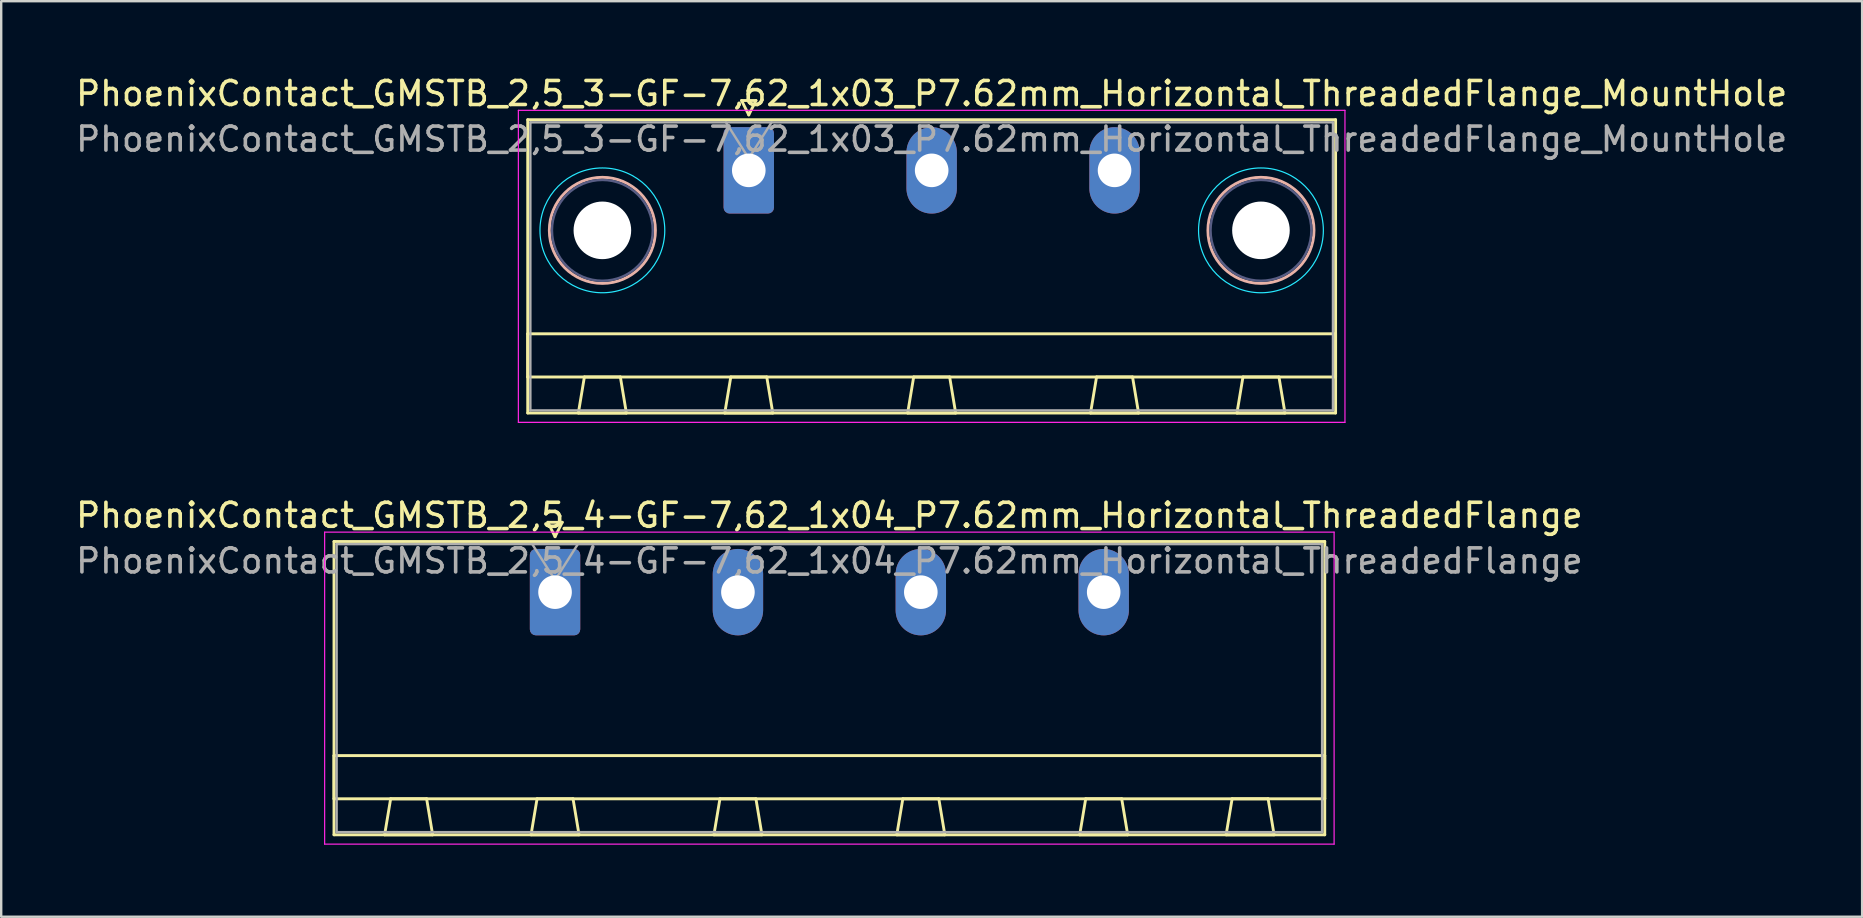
<source format=kicad_pcb>
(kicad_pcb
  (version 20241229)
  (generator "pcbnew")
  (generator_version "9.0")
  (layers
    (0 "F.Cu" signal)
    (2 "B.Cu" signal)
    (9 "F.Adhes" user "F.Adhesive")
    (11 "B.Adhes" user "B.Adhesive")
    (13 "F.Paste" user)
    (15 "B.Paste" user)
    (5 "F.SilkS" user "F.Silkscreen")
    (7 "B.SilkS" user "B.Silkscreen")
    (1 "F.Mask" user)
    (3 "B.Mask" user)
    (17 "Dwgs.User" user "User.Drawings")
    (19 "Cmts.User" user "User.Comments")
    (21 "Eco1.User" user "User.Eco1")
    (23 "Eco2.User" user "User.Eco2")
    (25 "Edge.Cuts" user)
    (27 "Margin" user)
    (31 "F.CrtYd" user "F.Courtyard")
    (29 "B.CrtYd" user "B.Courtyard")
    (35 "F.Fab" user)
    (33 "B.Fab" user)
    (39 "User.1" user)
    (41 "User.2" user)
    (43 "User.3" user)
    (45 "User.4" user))
  (footprint "PhoenixContact_GMSTB_2,5_4-GF-7,62_1x04_P7.62mm_Horizontal_ThreadedFlange"
    (layer "F.Cu")
    (at 20.076 21.622)
    (property "Reference" "PhoenixContact_GMSTB_2,5_4-GF-7,62_1x04_P7.62mm_Horizontal_ThreadedFlange" (at 11.43 -3.2 0) (layer "F.SilkS") (effects (font (size 1 1) (thickness 0.15))))
    (attr through_hole)
    (fp_line (start -9.21 -2.11) (end -9.21 10.11) (stroke (width 0.12) (type solid)) (layer "F.SilkS"))
    (fp_line (start -9.21 6.81) (end 32.07 6.81) (stroke (width 0.12) (type solid)) (layer "F.SilkS"))
    (fp_line (start -9.21 8.61) (end -9.21 6.81) (stroke (width 0.12) (type solid)) (layer "F.SilkS"))
    (fp_line (start -9.21 10.11) (end 32.07 10.11) (stroke (width 0.12) (type solid)) (layer "F.SilkS"))
    (fp_line (start -7.1 10.11) (end -5.1 10.11) (stroke (width 0.12) (type solid)) (layer "F.SilkS"))
    (fp_line (start -6.85 8.61) (end -7.1 10.11) (stroke (width 0.12) (type solid)) (layer "F.SilkS"))
    (fp_line (start -5.35 8.61) (end -6.85 8.61) (stroke (width 0.12) (type solid)) (layer "F.SilkS"))
    (fp_line (start -5.1 10.11) (end -5.35 8.61) (stroke (width 0.12) (type solid)) (layer "F.SilkS"))
    (fp_line (start -1 10.11) (end 1 10.11) (stroke (width 0.12) (type solid)) (layer "F.SilkS"))
    (fp_line (start -0.75 8.61) (end -1 10.11) (stroke (width 0.12) (type solid)) (layer "F.SilkS"))
    (fp_line (start -0.3 -2.91) (end 0.3 -2.91) (stroke (width 0.12) (type solid)) (layer "F.SilkS"))
    (fp_line (start 0 -2.31) (end -0.3 -2.91) (stroke (width 0.12) (type solid)) (layer "F.SilkS"))
    (fp_line (start 0.3 -2.91) (end 0 -2.31) (stroke (width 0.12) (type solid)) (layer "F.SilkS"))
    (fp_line (start 0.75 8.61) (end -0.75 8.61) (stroke (width 0.12) (type solid)) (layer "F.SilkS"))
    (fp_line (start 1 10.11) (end 0.75 8.61) (stroke (width 0.12) (type solid)) (layer "F.SilkS"))
    (fp_line (start 6.62 10.11) (end 8.62 10.11) (stroke (width 0.12) (type solid)) (layer "F.SilkS"))
    (fp_line (start 6.87 8.61) (end 6.62 10.11) (stroke (width 0.12) (type solid)) (layer "F.SilkS"))
    (fp_line (start 8.37 8.61) (end 6.87 8.61) (stroke (width 0.12) (type solid)) (layer "F.SilkS"))
    (fp_line (start 8.62 10.11) (end 8.37 8.61) (stroke (width 0.12) (type solid)) (layer "F.SilkS"))
    (fp_line (start 14.24 10.11) (end 16.24 10.11) (stroke (width 0.12) (type solid)) (layer "F.SilkS"))
    (fp_line (start 14.49 8.61) (end 14.24 10.11) (stroke (width 0.12) (type solid)) (layer "F.SilkS"))
    (fp_line (start 15.99 8.61) (end 14.49 8.61) (stroke (width 0.12) (type solid)) (layer "F.SilkS"))
    (fp_line (start 16.24 10.11) (end 15.99 8.61) (stroke (width 0.12) (type solid)) (layer "F.SilkS"))
    (fp_line (start 21.86 10.11) (end 23.86 10.11) (stroke (width 0.12) (type solid)) (layer "F.SilkS"))
    (fp_line (start 22.11 8.61) (end 21.86 10.11) (stroke (width 0.12) (type solid)) (layer "F.SilkS"))
    (fp_line (start 23.61 8.61) (end 22.11 8.61) (stroke (width 0.12) (type solid)) (layer "F.SilkS"))
    (fp_line (start 23.86 10.11) (end 23.61 8.61) (stroke (width 0.12) (type solid)) (layer "F.SilkS"))
    (fp_line (start 27.96 10.11) (end 29.96 10.11) (stroke (width 0.12) (type solid)) (layer "F.SilkS"))
    (fp_line (start 28.21 8.61) (end 27.96 10.11) (stroke (width 0.12) (type solid)) (layer "F.SilkS"))
    (fp_line (start 29.71 8.61) (end 28.21 8.61) (stroke (width 0.12) (type solid)) (layer "F.SilkS"))
    (fp_line (start 29.96 10.11) (end 29.71 8.61) (stroke (width 0.12) (type solid)) (layer "F.SilkS"))
    (fp_line (start 32.07 -2.11) (end -9.21 -2.11) (stroke (width 0.12) (type solid)) (layer "F.SilkS"))
    (fp_line (start 32.07 6.81) (end 32.07 8.61) (stroke (width 0.12) (type solid)) (layer "F.SilkS"))
    (fp_line (start 32.07 8.61) (end -9.21 8.61) (stroke (width 0.12) (type solid)) (layer "F.SilkS"))
    (fp_line (start 32.07 10.11) (end 32.07 -2.11) (stroke (width 0.12) (type solid)) (layer "F.SilkS"))
    (fp_line (start -9.6 -2.5) (end -9.6 10.5) (stroke (width 0.05) (type solid)) (layer "F.CrtYd"))
    (fp_line (start -9.6 10.5) (end 32.46 10.5) (stroke (width 0.05) (type solid)) (layer "F.CrtYd"))
    (fp_line (start 32.46 -2.5) (end -9.6 -2.5) (stroke (width 0.05) (type solid)) (layer "F.CrtYd"))
    (fp_line (start 32.46 10.5) (end 32.46 -2.5) (stroke (width 0.05) (type solid)) (layer "F.CrtYd"))
    (fp_line (start -9.1 -2) (end -9.1 10) (stroke (width 0.1) (type solid)) (layer "F.Fab"))
    (fp_line (start -9.1 10) (end 31.96 10) (stroke (width 0.1) (type solid)) (layer "F.Fab"))
    (fp_line (start 0 -0.5) (end -0.95 -2) (stroke (width 0.1) (type solid)) (layer "F.Fab"))
    (fp_line (start 0.95 -2) (end 0 -0.5) (stroke (width 0.1) (type solid)) (layer "F.Fab"))
    (fp_line (start 31.96 -2) (end -9.1 -2) (stroke (width 0.1) (type solid)) (layer "F.Fab"))
    (fp_line (start 31.96 10) (end 31.96 -2) (stroke (width 0.1) (type solid)) (layer "F.Fab"))
    (fp_text user "${REFERENCE}" (at 11.43 -1.3 0) (layer "F.Fab") (effects (font (size 1 1) (thickness 0.15))))
    (pad "1" thru_hole roundrect (at 0 0) (size 2.1 3.6) (drill 1.4) (layers "*.Cu" "*.Mask") (roundrect_rratio 0.119))
    (pad "2" thru_hole oval (at 7.62 0) (size 2.1 3.6) (drill 1.4) (layers "*.Cu" "*.Mask"))
    (pad "3" thru_hole oval (at 15.24 0) (size 2.1 3.6) (drill 1.4) (layers "*.Cu" "*.Mask"))
    (pad "4" thru_hole oval (at 22.86 0) (size 2.1 3.6) (drill 1.4) (layers "*.Cu" "*.Mask")))
  (footprint "PhoenixContact_GMSTB_2,5_3-GF-7,62_1x03_P7.62mm_Horizontal_ThreadedFlange_MountHole"
    (layer "F.Cu")
    (at 28.148 4.048)
    (property "Reference" "PhoenixContact_GMSTB_2,5_3-GF-7,62_1x03_P7.62mm_Horizontal_ThreadedFlange_MountHole" (at 7.62 -3.2 0) (layer "F.SilkS") (effects (font (size 1 1) (thickness 0.15))))
    (attr through_hole)
    (fp_line (start -9.21 -2.11) (end -9.21 10.11) (stroke (width 0.12) (type solid)) (layer "F.SilkS"))
    (fp_line (start -9.21 6.81) (end 24.45 6.81) (stroke (width 0.12) (type solid)) (layer "F.SilkS"))
    (fp_line (start -9.21 8.61) (end -9.21 6.81) (stroke (width 0.12) (type solid)) (layer "F.SilkS"))
    (fp_line (start -9.21 10.11) (end 24.45 10.11) (stroke (width 0.12) (type solid)) (layer "F.SilkS"))
    (fp_line (start -7.1 10.11) (end -5.1 10.11) (stroke (width 0.12) (type solid)) (layer "F.SilkS"))
    (fp_line (start -6.85 8.61) (end -7.1 10.11) (stroke (width 0.12) (type solid)) (layer "F.SilkS"))
    (fp_line (start -5.35 8.61) (end -6.85 8.61) (stroke (width 0.12) (type solid)) (layer "F.SilkS"))
    (fp_line (start -5.1 10.11) (end -5.35 8.61) (stroke (width 0.12) (type solid)) (layer "F.SilkS"))
    (fp_line (start -1 10.11) (end 1 10.11) (stroke (width 0.12) (type solid)) (layer "F.SilkS"))
    (fp_line (start -0.75 8.61) (end -1 10.11) (stroke (width 0.12) (type solid)) (layer "F.SilkS"))
    (fp_line (start -0.3 -2.91) (end 0.3 -2.91) (stroke (width 0.12) (type solid)) (layer "F.SilkS"))
    (fp_line (start 0 -2.31) (end -0.3 -2.91) (stroke (width 0.12) (type solid)) (layer "F.SilkS"))
    (fp_line (start 0.3 -2.91) (end 0 -2.31) (stroke (width 0.12) (type solid)) (layer "F.SilkS"))
    (fp_line (start 0.75 8.61) (end -0.75 8.61) (stroke (width 0.12) (type solid)) (layer "F.SilkS"))
    (fp_line (start 1 10.11) (end 0.75 8.61) (stroke (width 0.12) (type solid)) (layer "F.SilkS"))
    (fp_line (start 6.62 10.11) (end 8.62 10.11) (stroke (width 0.12) (type solid)) (layer "F.SilkS"))
    (fp_line (start 6.87 8.61) (end 6.62 10.11) (stroke (width 0.12) (type solid)) (layer "F.SilkS"))
    (fp_line (start 8.37 8.61) (end 6.87 8.61) (stroke (width 0.12) (type solid)) (layer "F.SilkS"))
    (fp_line (start 8.62 10.11) (end 8.37 8.61) (stroke (width 0.12) (type solid)) (layer "F.SilkS"))
    (fp_line (start 14.24 10.11) (end 16.24 10.11) (stroke (width 0.12) (type solid)) (layer "F.SilkS"))
    (fp_line (start 14.49 8.61) (end 14.24 10.11) (stroke (width 0.12) (type solid)) (layer "F.SilkS"))
    (fp_line (start 15.99 8.61) (end 14.49 8.61) (stroke (width 0.12) (type solid)) (layer "F.SilkS"))
    (fp_line (start 16.24 10.11) (end 15.99 8.61) (stroke (width 0.12) (type solid)) (layer "F.SilkS"))
    (fp_line (start 20.34 10.11) (end 22.34 10.11) (stroke (width 0.12) (type solid)) (layer "F.SilkS"))
    (fp_line (start 20.59 8.61) (end 20.34 10.11) (stroke (width 0.12) (type solid)) (layer "F.SilkS"))
    (fp_line (start 22.09 8.61) (end 20.59 8.61) (stroke (width 0.12) (type solid)) (layer "F.SilkS"))
    (fp_line (start 22.34 10.11) (end 22.09 8.61) (stroke (width 0.12) (type solid)) (layer "F.SilkS"))
    (fp_line (start 24.45 -2.11) (end -9.21 -2.11) (stroke (width 0.12) (type solid)) (layer "F.SilkS"))
    (fp_line (start 24.45 6.81) (end 24.45 8.61) (stroke (width 0.12) (type solid)) (layer "F.SilkS"))
    (fp_line (start 24.45 8.61) (end -9.21 8.61) (stroke (width 0.12) (type solid)) (layer "F.SilkS"))
    (fp_line (start 24.45 10.11) (end 24.45 -2.11) (stroke (width 0.12) (type solid)) (layer "F.SilkS"))
    (fp_circle (center -6.1 2.5) (end -3.89 2.5) (stroke (width 0.12) (type solid)) (fill no) (layer "B.SilkS"))
    (fp_circle (center 21.34 2.5) (end 23.55 2.5) (stroke (width 0.12) (type solid)) (fill no) (layer "B.SilkS"))
    (fp_circle (center -6.1 2.5) (end -3.5 2.5) (stroke (width 0.05) (type solid)) (fill no) (layer "B.CrtYd"))
    (fp_circle (center 21.34 2.5) (end 23.94 2.5) (stroke (width 0.05) (type solid)) (fill no) (layer "B.CrtYd"))
    (fp_line (start -9.6 -2.5) (end -9.6 10.5) (stroke (width 0.05) (type solid)) (layer "F.CrtYd"))
    (fp_line (start -9.6 10.5) (end 24.84 10.5) (stroke (width 0.05) (type solid)) (layer "F.CrtYd"))
    (fp_line (start 24.84 -2.5) (end -9.6 -2.5) (stroke (width 0.05) (type solid)) (layer "F.CrtYd"))
    (fp_line (start 24.84 10.5) (end 24.84 -2.5) (stroke (width 0.05) (type solid)) (layer "F.CrtYd"))
    (fp_circle (center -6.1 2.5) (end -4 2.5) (stroke (width 0.1) (type solid)) (fill no) (layer "B.Fab"))
    (fp_circle (center 21.34 2.5) (end 23.44 2.5) (stroke (width 0.1) (type solid)) (fill no) (layer "B.Fab"))
    (fp_line (start -9.1 -2) (end -9.1 10) (stroke (width 0.1) (type solid)) (layer "F.Fab"))
    (fp_line (start -9.1 10) (end 24.34 10) (stroke (width 0.1) (type solid)) (layer "F.Fab"))
    (fp_line (start 0 -0.5) (end -0.95 -2) (stroke (width 0.1) (type solid)) (layer "F.Fab"))
    (fp_line (start 0.95 -2) (end 0 -0.5) (stroke (width 0.1) (type solid)) (layer "F.Fab"))
    (fp_line (start 24.34 -2) (end -9.1 -2) (stroke (width 0.1) (type solid)) (layer "F.Fab"))
    (fp_line (start 24.34 10) (end 24.34 -2) (stroke (width 0.1) (type solid)) (layer "F.Fab"))
    (fp_text user "${REFERENCE}" (at 7.62 -1.3 0) (layer "F.Fab") (effects (font (size 1 1) (thickness 0.15))))
    (pad "" np_thru_hole circle (at -6.1 2.5) (size 2.4 2.4) (drill 2.4) (layers "*.Cu" "*.Mask"))
    (pad "" np_thru_hole circle (at 21.34 2.5) (size 2.4 2.4) (drill 2.4) (layers "*.Cu" "*.Mask"))
    (pad "1" thru_hole roundrect (at 0 0) (size 2.1 3.6) (drill 1.4) (layers "*.Cu" "*.Mask") (roundrect_rratio 0.119))
    (pad "2" thru_hole oval (at 7.62 0) (size 2.1 3.6) (drill 1.4) (layers "*.Cu" "*.Mask"))
    (pad "3" thru_hole oval (at 15.24 0) (size 2.1 3.6) (drill 1.4) (layers "*.Cu" "*.Mask")))
  (gr_rect
    (start -3 -3)
    (end 74.536 35.147)
    (stroke (width 0.1) (type default))
    (fill no)
    (layer "Edge.Cuts")))
</source>
